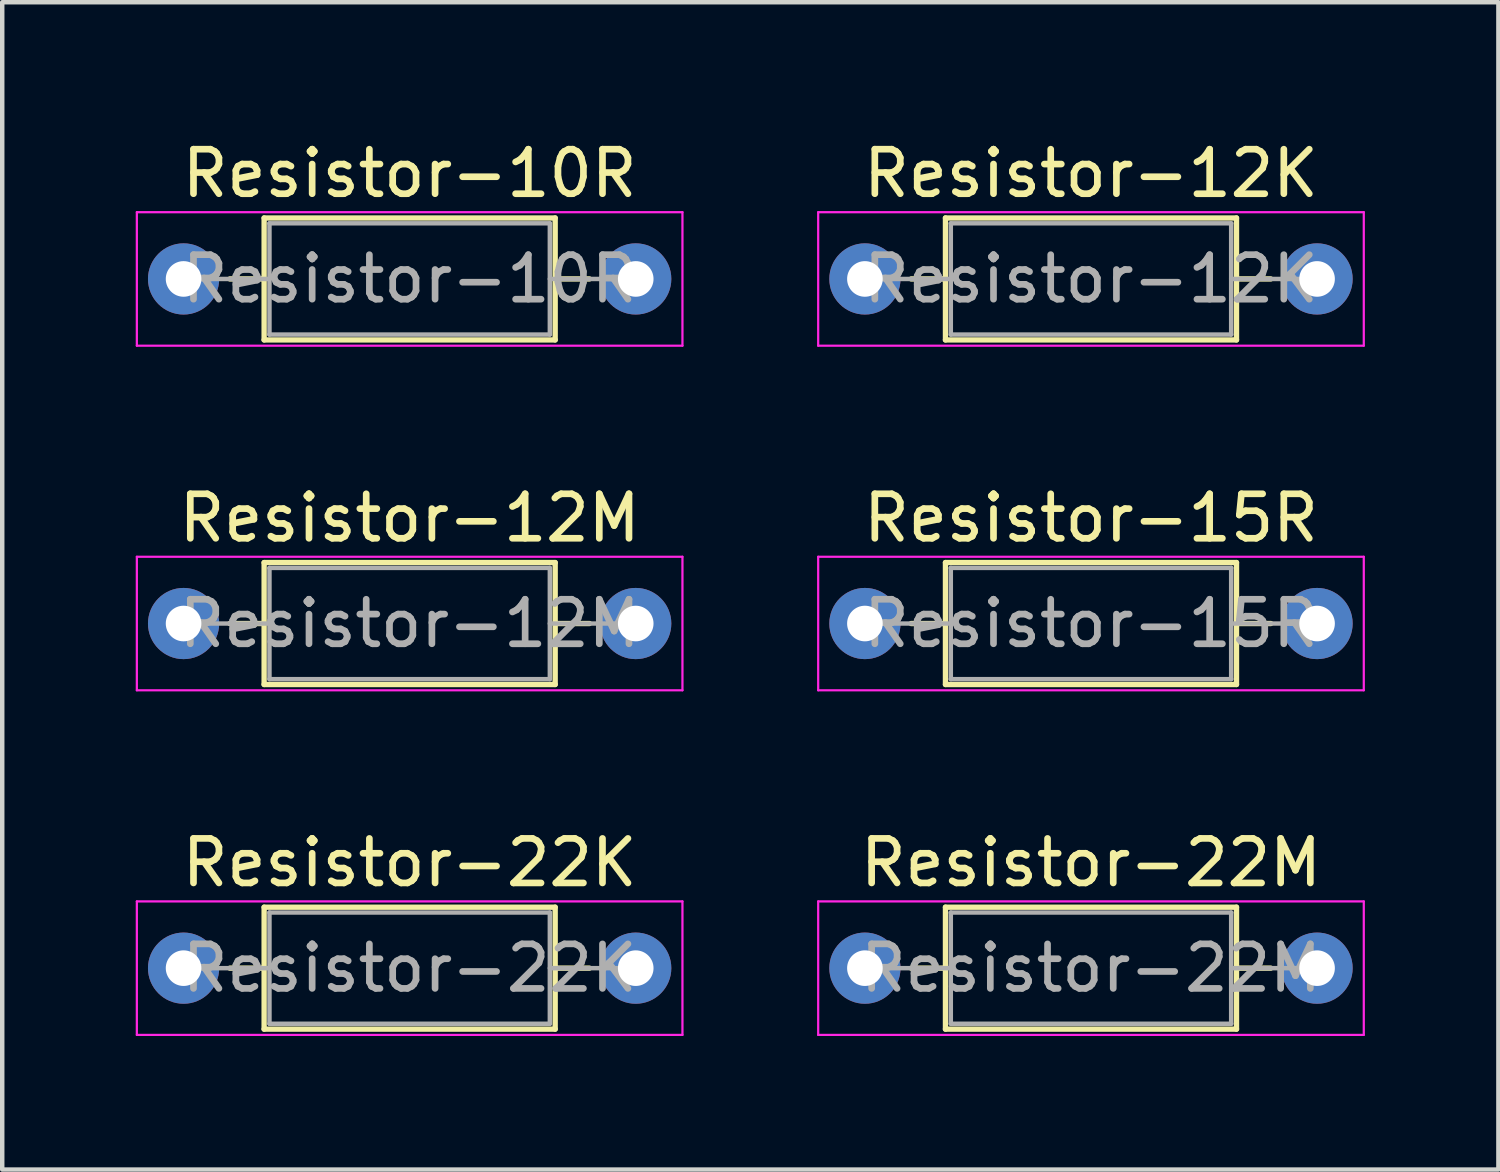
<source format=kicad_pcb>
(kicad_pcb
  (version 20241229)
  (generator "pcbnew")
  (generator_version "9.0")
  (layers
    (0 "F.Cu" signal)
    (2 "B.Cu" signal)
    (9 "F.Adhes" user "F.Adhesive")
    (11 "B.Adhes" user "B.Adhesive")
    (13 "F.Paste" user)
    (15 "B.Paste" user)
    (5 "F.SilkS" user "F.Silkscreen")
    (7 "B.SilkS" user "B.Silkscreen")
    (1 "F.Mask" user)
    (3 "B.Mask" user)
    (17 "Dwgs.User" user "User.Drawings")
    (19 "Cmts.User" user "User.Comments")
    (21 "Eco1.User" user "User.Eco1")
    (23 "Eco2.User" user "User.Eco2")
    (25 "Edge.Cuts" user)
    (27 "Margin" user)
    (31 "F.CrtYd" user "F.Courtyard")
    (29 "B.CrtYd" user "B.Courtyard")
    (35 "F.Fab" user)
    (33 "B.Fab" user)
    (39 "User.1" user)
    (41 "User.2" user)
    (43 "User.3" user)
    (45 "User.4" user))
  (footprint "Resistor-22K"
    (layer "F.Cu")
    (at 6.155 18.705)
    (property "Reference" "Resistor-22K" (at 0 -2.37 0) (layer "F.SilkS") (effects (font (size 1 1) (thickness 0.15))))
    (attr through_hole)
    (fp_line (start -4.04 0) (end -3.27 0) (stroke (width 0.12) (type solid)) (layer "F.SilkS"))
    (fp_line (start -3.27 -1.37) (end -3.27 1.37) (stroke (width 0.12) (type solid)) (layer "F.SilkS"))
    (fp_line (start -3.27 1.37) (end 3.27 1.37) (stroke (width 0.12) (type solid)) (layer "F.SilkS"))
    (fp_line (start 3.27 -1.37) (end -3.27 -1.37) (stroke (width 0.12) (type solid)) (layer "F.SilkS"))
    (fp_line (start 3.27 1.37) (end 3.27 -1.37) (stroke (width 0.12) (type solid)) (layer "F.SilkS"))
    (fp_line (start 4.04 0) (end 3.27 0) (stroke (width 0.12) (type solid)) (layer "F.SilkS"))
    (fp_line (start -6.13 -1.5) (end -6.13 1.5) (stroke (width 0.05) (type solid)) (layer "F.CrtYd"))
    (fp_line (start -6.13 1.5) (end 6.13 1.5) (stroke (width 0.05) (type solid)) (layer "F.CrtYd"))
    (fp_line (start 6.13 -1.5) (end -6.13 -1.5) (stroke (width 0.05) (type solid)) (layer "F.CrtYd"))
    (fp_line (start 6.13 1.5) (end 6.13 -1.5) (stroke (width 0.05) (type solid)) (layer "F.CrtYd"))
    (fp_line (start -5.08 0) (end -3.15 0) (stroke (width 0.1) (type solid)) (layer "F.Fab"))
    (fp_line (start -3.15 -1.25) (end -3.15 1.25) (stroke (width 0.1) (type solid)) (layer "F.Fab"))
    (fp_line (start -3.15 1.25) (end 3.15 1.25) (stroke (width 0.1) (type solid)) (layer "F.Fab"))
    (fp_line (start 3.15 -1.25) (end -3.15 -1.25) (stroke (width 0.1) (type solid)) (layer "F.Fab"))
    (fp_line (start 3.15 1.25) (end 3.15 -1.25) (stroke (width 0.1) (type solid)) (layer "F.Fab"))
    (fp_line (start 5.08 0) (end 3.15 0) (stroke (width 0.1) (type solid)) (layer "F.Fab"))
    (fp_text user "${REFERENCE}" (at 0 0 0) (layer "F.Fab") (effects (font (size 1 1) (thickness 0.15))))
    (pad "1" thru_hole circle (at -5.08 0) (size 1.6 1.6) (drill 0.8) (layers "*.Cu" "*.Mask"))
    (pad "2" thru_hole oval (at 5.08 0) (size 1.6 1.6) (drill 0.8) (layers "*.Cu" "*.Mask")))
  (footprint "Resistor-12K"
    (layer "F.Cu")
    (at 21.465 3.218)
    (property "Reference" "Resistor-12K" (at 0 -2.37 0) (layer "F.SilkS") (effects (font (size 1 1) (thickness 0.15))))
    (attr through_hole)
    (fp_line (start -4.04 0) (end -3.27 0) (stroke (width 0.12) (type solid)) (layer "F.SilkS"))
    (fp_line (start -3.27 -1.37) (end -3.27 1.37) (stroke (width 0.12) (type solid)) (layer "F.SilkS"))
    (fp_line (start -3.27 1.37) (end 3.27 1.37) (stroke (width 0.12) (type solid)) (layer "F.SilkS"))
    (fp_line (start 3.27 -1.37) (end -3.27 -1.37) (stroke (width 0.12) (type solid)) (layer "F.SilkS"))
    (fp_line (start 3.27 1.37) (end 3.27 -1.37) (stroke (width 0.12) (type solid)) (layer "F.SilkS"))
    (fp_line (start 4.04 0) (end 3.27 0) (stroke (width 0.12) (type solid)) (layer "F.SilkS"))
    (fp_line (start -6.13 -1.5) (end -6.13 1.5) (stroke (width 0.05) (type solid)) (layer "F.CrtYd"))
    (fp_line (start -6.13 1.5) (end 6.13 1.5) (stroke (width 0.05) (type solid)) (layer "F.CrtYd"))
    (fp_line (start 6.13 -1.5) (end -6.13 -1.5) (stroke (width 0.05) (type solid)) (layer "F.CrtYd"))
    (fp_line (start 6.13 1.5) (end 6.13 -1.5) (stroke (width 0.05) (type solid)) (layer "F.CrtYd"))
    (fp_line (start -5.08 0) (end -3.15 0) (stroke (width 0.1) (type solid)) (layer "F.Fab"))
    (fp_line (start -3.15 -1.25) (end -3.15 1.25) (stroke (width 0.1) (type solid)) (layer "F.Fab"))
    (fp_line (start -3.15 1.25) (end 3.15 1.25) (stroke (width 0.1) (type solid)) (layer "F.Fab"))
    (fp_line (start 3.15 -1.25) (end -3.15 -1.25) (stroke (width 0.1) (type solid)) (layer "F.Fab"))
    (fp_line (start 3.15 1.25) (end 3.15 -1.25) (stroke (width 0.1) (type solid)) (layer "F.Fab"))
    (fp_line (start 5.08 0) (end 3.15 0) (stroke (width 0.1) (type solid)) (layer "F.Fab"))
    (fp_text user "${REFERENCE}" (at 0 0 0) (layer "F.Fab") (effects (font (size 1 1) (thickness 0.15))))
    (pad "1" thru_hole circle (at -5.08 0) (size 1.6 1.6) (drill 0.8) (layers "*.Cu" "*.Mask"))
    (pad "2" thru_hole oval (at 5.08 0) (size 1.6 1.6) (drill 0.8) (layers "*.Cu" "*.Mask")))
  (footprint "Resistor-12M"
    (layer "F.Cu")
    (at 6.155 10.961)
    (property "Reference" "Resistor-12M" (at 0 -2.37 0) (layer "F.SilkS") (effects (font (size 1 1) (thickness 0.15))))
    (attr through_hole)
    (fp_line (start -4.04 0) (end -3.27 0) (stroke (width 0.12) (type solid)) (layer "F.SilkS"))
    (fp_line (start -3.27 -1.37) (end -3.27 1.37) (stroke (width 0.12) (type solid)) (layer "F.SilkS"))
    (fp_line (start -3.27 1.37) (end 3.27 1.37) (stroke (width 0.12) (type solid)) (layer "F.SilkS"))
    (fp_line (start 3.27 -1.37) (end -3.27 -1.37) (stroke (width 0.12) (type solid)) (layer "F.SilkS"))
    (fp_line (start 3.27 1.37) (end 3.27 -1.37) (stroke (width 0.12) (type solid)) (layer "F.SilkS"))
    (fp_line (start 4.04 0) (end 3.27 0) (stroke (width 0.12) (type solid)) (layer "F.SilkS"))
    (fp_line (start -6.13 -1.5) (end -6.13 1.5) (stroke (width 0.05) (type solid)) (layer "F.CrtYd"))
    (fp_line (start -6.13 1.5) (end 6.13 1.5) (stroke (width 0.05) (type solid)) (layer "F.CrtYd"))
    (fp_line (start 6.13 -1.5) (end -6.13 -1.5) (stroke (width 0.05) (type solid)) (layer "F.CrtYd"))
    (fp_line (start 6.13 1.5) (end 6.13 -1.5) (stroke (width 0.05) (type solid)) (layer "F.CrtYd"))
    (fp_line (start -5.08 0) (end -3.15 0) (stroke (width 0.1) (type solid)) (layer "F.Fab"))
    (fp_line (start -3.15 -1.25) (end -3.15 1.25) (stroke (width 0.1) (type solid)) (layer "F.Fab"))
    (fp_line (start -3.15 1.25) (end 3.15 1.25) (stroke (width 0.1) (type solid)) (layer "F.Fab"))
    (fp_line (start 3.15 -1.25) (end -3.15 -1.25) (stroke (width 0.1) (type solid)) (layer "F.Fab"))
    (fp_line (start 3.15 1.25) (end 3.15 -1.25) (stroke (width 0.1) (type solid)) (layer "F.Fab"))
    (fp_line (start 5.08 0) (end 3.15 0) (stroke (width 0.1) (type solid)) (layer "F.Fab"))
    (fp_text user "${REFERENCE}" (at 0 0 0) (layer "F.Fab") (effects (font (size 1 1) (thickness 0.15))))
    (pad "1" thru_hole circle (at -5.08 0) (size 1.6 1.6) (drill 0.8) (layers "*.Cu" "*.Mask"))
    (pad "2" thru_hole oval (at 5.08 0) (size 1.6 1.6) (drill 0.8) (layers "*.Cu" "*.Mask")))
  (footprint "Resistor-22M"
    (layer "F.Cu")
    (at 21.465 18.705)
    (property "Reference" "Resistor-22M" (at 0 -2.37 0) (layer "F.SilkS") (effects (font (size 1 1) (thickness 0.15))))
    (attr through_hole)
    (fp_line (start -4.04 0) (end -3.27 0) (stroke (width 0.12) (type solid)) (layer "F.SilkS"))
    (fp_line (start -3.27 -1.37) (end -3.27 1.37) (stroke (width 0.12) (type solid)) (layer "F.SilkS"))
    (fp_line (start -3.27 1.37) (end 3.27 1.37) (stroke (width 0.12) (type solid)) (layer "F.SilkS"))
    (fp_line (start 3.27 -1.37) (end -3.27 -1.37) (stroke (width 0.12) (type solid)) (layer "F.SilkS"))
    (fp_line (start 3.27 1.37) (end 3.27 -1.37) (stroke (width 0.12) (type solid)) (layer "F.SilkS"))
    (fp_line (start 4.04 0) (end 3.27 0) (stroke (width 0.12) (type solid)) (layer "F.SilkS"))
    (fp_line (start -6.13 -1.5) (end -6.13 1.5) (stroke (width 0.05) (type solid)) (layer "F.CrtYd"))
    (fp_line (start -6.13 1.5) (end 6.13 1.5) (stroke (width 0.05) (type solid)) (layer "F.CrtYd"))
    (fp_line (start 6.13 -1.5) (end -6.13 -1.5) (stroke (width 0.05) (type solid)) (layer "F.CrtYd"))
    (fp_line (start 6.13 1.5) (end 6.13 -1.5) (stroke (width 0.05) (type solid)) (layer "F.CrtYd"))
    (fp_line (start -5.08 0) (end -3.15 0) (stroke (width 0.1) (type solid)) (layer "F.Fab"))
    (fp_line (start -3.15 -1.25) (end -3.15 1.25) (stroke (width 0.1) (type solid)) (layer "F.Fab"))
    (fp_line (start -3.15 1.25) (end 3.15 1.25) (stroke (width 0.1) (type solid)) (layer "F.Fab"))
    (fp_line (start 3.15 -1.25) (end -3.15 -1.25) (stroke (width 0.1) (type solid)) (layer "F.Fab"))
    (fp_line (start 3.15 1.25) (end 3.15 -1.25) (stroke (width 0.1) (type solid)) (layer "F.Fab"))
    (fp_line (start 5.08 0) (end 3.15 0) (stroke (width 0.1) (type solid)) (layer "F.Fab"))
    (fp_text user "${REFERENCE}" (at 0 0 0) (layer "F.Fab") (effects (font (size 1 1) (thickness 0.15))))
    (pad "1" thru_hole circle (at -5.08 0) (size 1.6 1.6) (drill 0.8) (layers "*.Cu" "*.Mask"))
    (pad "2" thru_hole oval (at 5.08 0) (size 1.6 1.6) (drill 0.8) (layers "*.Cu" "*.Mask")))
  (footprint "Resistor-15R"
    (layer "F.Cu")
    (at 21.465 10.961)
    (property "Reference" "Resistor-15R" (at 0 -2.37 0) (layer "F.SilkS") (effects (font (size 1 1) (thickness 0.15))))
    (attr through_hole)
    (fp_line (start -4.04 0) (end -3.27 0) (stroke (width 0.12) (type solid)) (layer "F.SilkS"))
    (fp_line (start -3.27 -1.37) (end -3.27 1.37) (stroke (width 0.12) (type solid)) (layer "F.SilkS"))
    (fp_line (start -3.27 1.37) (end 3.27 1.37) (stroke (width 0.12) (type solid)) (layer "F.SilkS"))
    (fp_line (start 3.27 -1.37) (end -3.27 -1.37) (stroke (width 0.12) (type solid)) (layer "F.SilkS"))
    (fp_line (start 3.27 1.37) (end 3.27 -1.37) (stroke (width 0.12) (type solid)) (layer "F.SilkS"))
    (fp_line (start 4.04 0) (end 3.27 0) (stroke (width 0.12) (type solid)) (layer "F.SilkS"))
    (fp_line (start -6.13 -1.5) (end -6.13 1.5) (stroke (width 0.05) (type solid)) (layer "F.CrtYd"))
    (fp_line (start -6.13 1.5) (end 6.13 1.5) (stroke (width 0.05) (type solid)) (layer "F.CrtYd"))
    (fp_line (start 6.13 -1.5) (end -6.13 -1.5) (stroke (width 0.05) (type solid)) (layer "F.CrtYd"))
    (fp_line (start 6.13 1.5) (end 6.13 -1.5) (stroke (width 0.05) (type solid)) (layer "F.CrtYd"))
    (fp_line (start -5.08 0) (end -3.15 0) (stroke (width 0.1) (type solid)) (layer "F.Fab"))
    (fp_line (start -3.15 -1.25) (end -3.15 1.25) (stroke (width 0.1) (type solid)) (layer "F.Fab"))
    (fp_line (start -3.15 1.25) (end 3.15 1.25) (stroke (width 0.1) (type solid)) (layer "F.Fab"))
    (fp_line (start 3.15 -1.25) (end -3.15 -1.25) (stroke (width 0.1) (type solid)) (layer "F.Fab"))
    (fp_line (start 3.15 1.25) (end 3.15 -1.25) (stroke (width 0.1) (type solid)) (layer "F.Fab"))
    (fp_line (start 5.08 0) (end 3.15 0) (stroke (width 0.1) (type solid)) (layer "F.Fab"))
    (fp_text user "${REFERENCE}" (at 0 0 0) (layer "F.Fab") (effects (font (size 1 1) (thickness 0.15))))
    (pad "1" thru_hole circle (at -5.08 0) (size 1.6 1.6) (drill 0.8) (layers "*.Cu" "*.Mask"))
    (pad "2" thru_hole oval (at 5.08 0) (size 1.6 1.6) (drill 0.8) (layers "*.Cu" "*.Mask")))
  (footprint "Resistor-10R"
    (layer "F.Cu")
    (at 6.155 3.218)
    (property "Reference" "Resistor-10R" (at 0 -2.37 0) (layer "F.SilkS") (effects (font (size 1 1) (thickness 0.15))))
    (attr through_hole)
    (fp_line (start -4.04 0) (end -3.27 0) (stroke (width 0.12) (type solid)) (layer "F.SilkS"))
    (fp_line (start -3.27 -1.37) (end -3.27 1.37) (stroke (width 0.12) (type solid)) (layer "F.SilkS"))
    (fp_line (start -3.27 1.37) (end 3.27 1.37) (stroke (width 0.12) (type solid)) (layer "F.SilkS"))
    (fp_line (start 3.27 -1.37) (end -3.27 -1.37) (stroke (width 0.12) (type solid)) (layer "F.SilkS"))
    (fp_line (start 3.27 1.37) (end 3.27 -1.37) (stroke (width 0.12) (type solid)) (layer "F.SilkS"))
    (fp_line (start 4.04 0) (end 3.27 0) (stroke (width 0.12) (type solid)) (layer "F.SilkS"))
    (fp_line (start -6.13 -1.5) (end -6.13 1.5) (stroke (width 0.05) (type solid)) (layer "F.CrtYd"))
    (fp_line (start -6.13 1.5) (end 6.13 1.5) (stroke (width 0.05) (type solid)) (layer "F.CrtYd"))
    (fp_line (start 6.13 -1.5) (end -6.13 -1.5) (stroke (width 0.05) (type solid)) (layer "F.CrtYd"))
    (fp_line (start 6.13 1.5) (end 6.13 -1.5) (stroke (width 0.05) (type solid)) (layer "F.CrtYd"))
    (fp_line (start -5.08 0) (end -3.15 0) (stroke (width 0.1) (type solid)) (layer "F.Fab"))
    (fp_line (start -3.15 -1.25) (end -3.15 1.25) (stroke (width 0.1) (type solid)) (layer "F.Fab"))
    (fp_line (start -3.15 1.25) (end 3.15 1.25) (stroke (width 0.1) (type solid)) (layer "F.Fab"))
    (fp_line (start 3.15 -1.25) (end -3.15 -1.25) (stroke (width 0.1) (type solid)) (layer "F.Fab"))
    (fp_line (start 3.15 1.25) (end 3.15 -1.25) (stroke (width 0.1) (type solid)) (layer "F.Fab"))
    (fp_line (start 5.08 0) (end 3.15 0) (stroke (width 0.1) (type solid)) (layer "F.Fab"))
    (fp_text user "${REFERENCE}" (at 0 0 0) (layer "F.Fab") (effects (font (size 1 1) (thickness 0.15))))
    (pad "1" thru_hole circle (at -5.08 0) (size 1.6 1.6) (drill 0.8) (layers "*.Cu" "*.Mask"))
    (pad "2" thru_hole oval (at 5.08 0) (size 1.6 1.6) (drill 0.8) (layers "*.Cu" "*.Mask")))
  (gr_rect
    (start -3 -3)
    (end 30.62 23.23)
    (stroke (width 0.1) (type default))
    (fill no)
    (layer "Edge.Cuts")))
</source>
